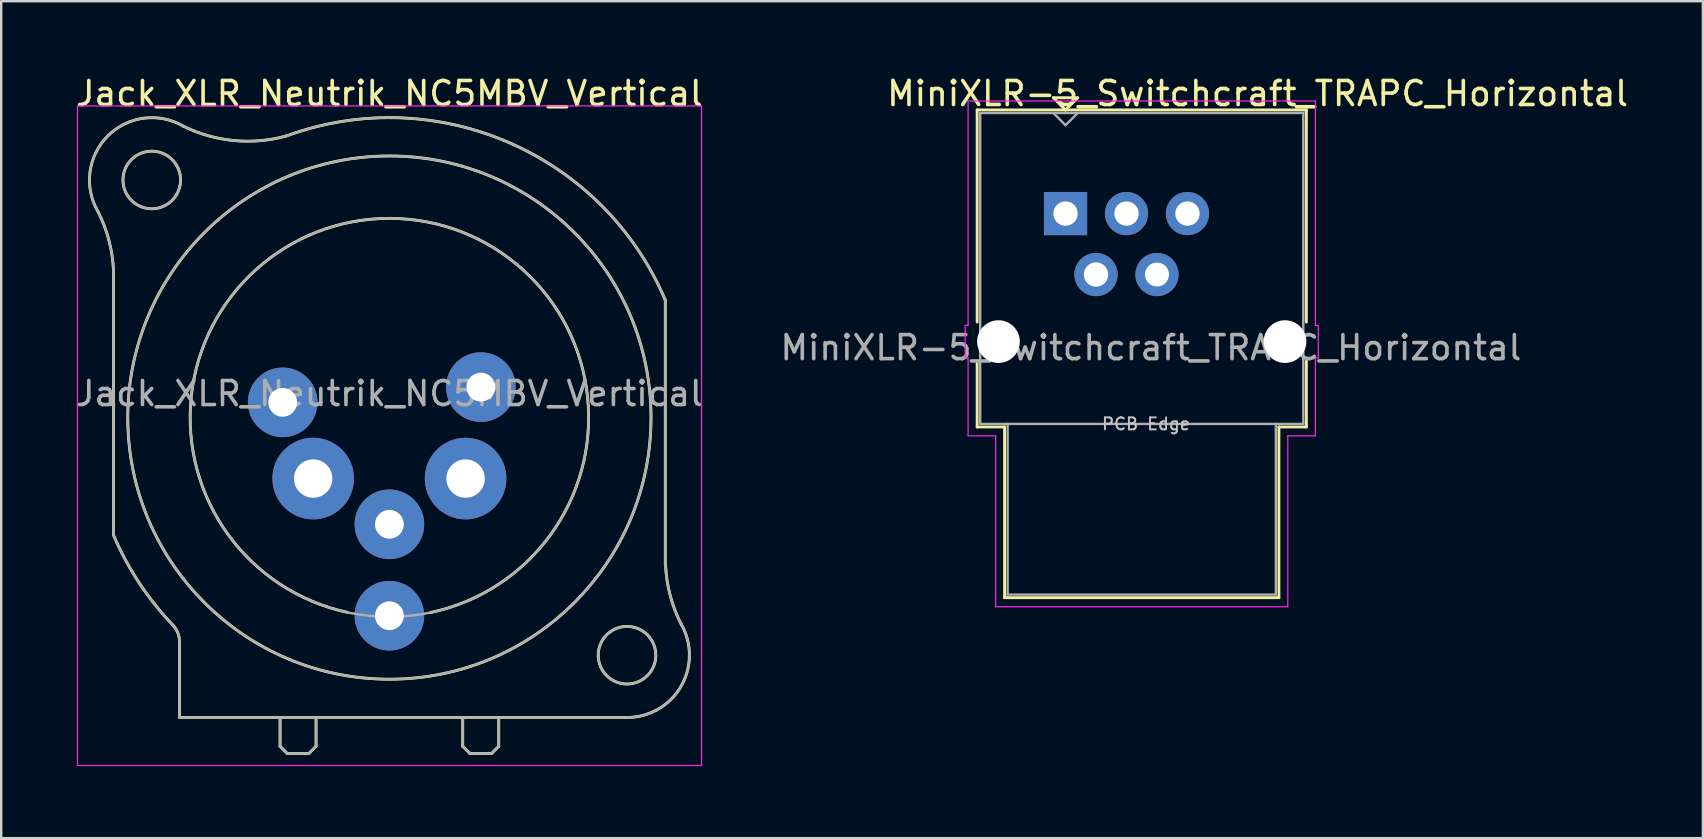
<source format=kicad_pcb>
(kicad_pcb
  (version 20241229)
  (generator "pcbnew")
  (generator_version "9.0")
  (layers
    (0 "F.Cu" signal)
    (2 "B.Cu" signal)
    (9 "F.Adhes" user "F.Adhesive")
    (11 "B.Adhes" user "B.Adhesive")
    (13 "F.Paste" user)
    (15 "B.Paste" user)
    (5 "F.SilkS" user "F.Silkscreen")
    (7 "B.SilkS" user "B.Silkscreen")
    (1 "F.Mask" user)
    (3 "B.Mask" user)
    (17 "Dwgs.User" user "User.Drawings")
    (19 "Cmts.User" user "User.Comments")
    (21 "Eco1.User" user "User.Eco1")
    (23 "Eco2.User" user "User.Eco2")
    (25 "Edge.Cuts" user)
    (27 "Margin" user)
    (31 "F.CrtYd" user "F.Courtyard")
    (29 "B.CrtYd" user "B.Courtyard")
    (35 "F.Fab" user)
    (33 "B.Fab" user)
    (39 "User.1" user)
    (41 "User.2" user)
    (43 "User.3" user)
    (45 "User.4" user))
  (footprint "MiniXLR-5_Switchcraft_TRAPC_Horizontal"
    (layer "F.Cu")
    (at 41.343 5.848)
    (property "Reference" "MiniXLR-5_Switchcraft_TRAPC_Horizontal" (at 8 -5 180) (layer "F.SilkS") (effects (font (size 1 1) (thickness 0.15))))
    (attr through_hole)
    (fp_line (start -3.683 4.52) (end -3.683 -4.318) (stroke (width 0.12) (type solid)) (layer "F.SilkS"))
    (fp_line (start -3.683 8.89) (end -3.683 6.15) (stroke (width 0.12) (type solid)) (layer "F.SilkS"))
    (fp_line (start -2.54 8.89) (end -3.683 8.89) (stroke (width 0.12) (type solid)) (layer "F.SilkS"))
    (fp_line (start -2.54 16.002) (end -2.54 8.89) (stroke (width 0.12) (type solid)) (layer "F.SilkS"))
    (fp_line (start -0.508 -4.826) (end 0.508 -4.826) (stroke (width 0.12) (type solid)) (layer "F.SilkS"))
    (fp_line (start 0 -4.318) (end -0.508 -4.826) (stroke (width 0.12) (type solid)) (layer "F.SilkS"))
    (fp_line (start 0.508 -4.826) (end 0 -4.318) (stroke (width 0.12) (type solid)) (layer "F.SilkS"))
    (fp_line (start 8.89 8.89) (end 8.89 16.002) (stroke (width 0.12) (type solid)) (layer "F.SilkS"))
    (fp_line (start 8.89 16.002) (end -2.54 16.002) (stroke (width 0.12) (type solid)) (layer "F.SilkS"))
    (fp_line (start 10.033 -4.318) (end -3.683 -4.318) (stroke (width 0.12) (type solid)) (layer "F.SilkS"))
    (fp_line (start 10.033 4.52) (end 10.033 -4.318) (stroke (width 0.12) (type solid)) (layer "F.SilkS"))
    (fp_line (start 10.033 8.89) (end 8.89 8.89) (stroke (width 0.12) (type solid)) (layer "F.SilkS"))
    (fp_line (start 10.033 8.89) (end 10.033 6.15) (stroke (width 0.12) (type solid)) (layer "F.SilkS"))
    (fp_line (start -4.18 4.66) (end -4.18 6.01) (stroke (width 0.05) (type solid)) (layer "F.CrtYd"))
    (fp_line (start -4.18 6.01) (end -4.06 6.01) (stroke (width 0.05) (type solid)) (layer "F.CrtYd"))
    (fp_line (start -4.06 -4.69) (end -4.06 4.66) (stroke (width 0.05) (type solid)) (layer "F.CrtYd"))
    (fp_line (start -4.06 -4.69) (end 10.41 -4.69) (stroke (width 0.05) (type solid)) (layer "F.CrtYd"))
    (fp_line (start -4.06 4.66) (end -4.18 4.66) (stroke (width 0.05) (type solid)) (layer "F.CrtYd"))
    (fp_line (start -4.06 6.01) (end -4.06 9.26) (stroke (width 0.05) (type solid)) (layer "F.CrtYd"))
    (fp_line (start -2.91 9.26) (end -4.06 9.26) (stroke (width 0.05) (type solid)) (layer "F.CrtYd"))
    (fp_line (start -2.91 16.38) (end -2.91 9.26) (stroke (width 0.05) (type solid)) (layer "F.CrtYd"))
    (fp_line (start 9.26 16.38) (end -2.91 16.38) (stroke (width 0.05) (type solid)) (layer "F.CrtYd"))
    (fp_line (start 9.26 16.38) (end 9.26 9.26) (stroke (width 0.05) (type solid)) (layer "F.CrtYd"))
    (fp_line (start 10.41 4.66) (end 10.41 -4.69) (stroke (width 0.05) (type solid)) (layer "F.CrtYd"))
    (fp_line (start 10.41 6.01) (end 10.53 6.01) (stroke (width 0.05) (type solid)) (layer "F.CrtYd"))
    (fp_line (start 10.41 9.26) (end 9.26 9.26) (stroke (width 0.05) (type solid)) (layer "F.CrtYd"))
    (fp_line (start 10.41 9.26) (end 10.41 6.01) (stroke (width 0.05) (type solid)) (layer "F.CrtYd"))
    (fp_line (start 10.53 4.66) (end 10.41 4.66) (stroke (width 0.05) (type solid)) (layer "F.CrtYd"))
    (fp_line (start 10.53 6.01) (end 10.53 4.66) (stroke (width 0.05) (type solid)) (layer "F.CrtYd"))
    (fp_line (start -3.556 -4.191) (end 9.906 -4.191) (stroke (width 0.1) (type solid)) (layer "F.Fab"))
    (fp_line (start -3.556 8.763) (end -3.556 -4.191) (stroke (width 0.1) (type solid)) (layer "F.Fab"))
    (fp_line (start -3.556 8.763) (end 9.906 8.763) (stroke (width 0.1) (type solid)) (layer "F.Fab"))
    (fp_line (start -2.413 8.763) (end -2.413 15.875) (stroke (width 0.1) (type solid)) (layer "F.Fab"))
    (fp_line (start -2.413 15.875) (end 8.763 15.875) (stroke (width 0.1) (type solid)) (layer "F.Fab"))
    (fp_line (start -0.508 -4.191) (end 0 -3.683) (stroke (width 0.1) (type solid)) (layer "F.Fab"))
    (fp_line (start 0 -3.683) (end 0.508 -4.191) (stroke (width 0.1) (type solid)) (layer "F.Fab"))
    (fp_line (start 8.763 15.875) (end 8.763 8.763) (stroke (width 0.1) (type solid)) (layer "F.Fab"))
    (fp_line (start 9.906 8.763) (end 9.906 -4.191) (stroke (width 0.1) (type solid)) (layer "F.Fab"))
    (fp_text user "PCB Edge" (at 3.355 8.763 180) (layer "Dwgs.User") (effects (font (size 0.5 0.5) (thickness 0.08))))
    (fp_text user "${REFERENCE}" (at 3.556 5.588 180) (layer "F.Fab") (effects (font (size 1 1) (thickness 0.15))))
    (pad "" np_thru_hole circle (at -2.794 5.334 180) (size 1.778 1.778) (drill 1.778) (layers "*.Cu" "*.Mask"))
    (pad "" np_thru_hole circle (at 9.144 5.334 180) (size 1.778 1.778) (drill 1.778) (layers "*.Cu" "*.Mask"))
    (pad "1" thru_hole rect (at 0 0 180) (size 1.8 1.8) (drill 1.016) (layers "*.Cu" "*.Mask"))
    (pad "2" thru_hole circle (at 1.27 2.54 180) (size 1.8 1.8) (drill 1.016) (layers "*.Cu" "*.Mask"))
    (pad "3" thru_hole circle (at 3.81 2.54 180) (size 1.8 1.8) (drill 1) (layers "*.Cu" "*.Mask"))
    (pad "4" thru_hole circle (at 5.08 0 180) (size 1.8 1.8) (drill 1.016) (layers "*.Cu" "*.Mask"))
    (pad "5" thru_hole circle (at 2.54 0 180) (size 1.8 1.8) (drill 1.016) (layers "*.Cu" "*.Mask")))
  (footprint "Jack_XLR_Neutrik_NC5MBV_Vertical"
    (layer "F.Cu")
    (at 8.728 13.713)
    (property "Reference" "Jack_XLR_Neutrik_NC5MBV_Vertical" (at 4.445 -12.865 0) (layer "F.SilkS") (effects (font (size 1 1) (thickness 0.15))))
    (attr through_hole)
    (fp_line (start -7.05 -5.5) (end -7.05 5.53) (stroke (width 0.12) (type solid)) (layer "F.SilkS"))
    (fp_line (start -4.3 9.97) (end -4.3 13.13) (stroke (width 0.12) (type solid)) (layer "F.SilkS"))
    (fp_line (start -0.11 13.13) (end -0.11 14.33) (stroke (width 0.12) (type solid)) (layer "F.SilkS"))
    (fp_line (start -0.11 14.33) (end 0.19 14.63) (stroke (width 0.12) (type solid)) (layer "F.SilkS"))
    (fp_line (start 0.19 14.63) (end 1.09 14.63) (stroke (width 0.12) (type solid)) (layer "F.SilkS"))
    (fp_line (start 1.39 13.13) (end 1.39 14.33) (stroke (width 0.12) (type solid)) (layer "F.SilkS"))
    (fp_line (start 1.39 14.33) (end 1.09 14.63) (stroke (width 0.12) (type solid)) (layer "F.SilkS"))
    (fp_line (start 7.5 13.13) (end 7.5 14.33) (stroke (width 0.12) (type solid)) (layer "F.SilkS"))
    (fp_line (start 7.5 14.33) (end 7.8 14.63) (stroke (width 0.12) (type solid)) (layer "F.SilkS"))
    (fp_line (start 8.7 14.63) (end 7.8 14.63) (stroke (width 0.12) (type solid)) (layer "F.SilkS"))
    (fp_line (start 9 13.13) (end 9 14.33) (stroke (width 0.12) (type solid)) (layer "F.SilkS"))
    (fp_line (start 9 14.33) (end 8.7 14.63) (stroke (width 0.12) (type solid)) (layer "F.SilkS"))
    (fp_line (start 14.34 13.13) (end -4.3 13.13) (stroke (width 0.12) (type solid)) (layer "F.SilkS"))
    (fp_line (start 15.94 6.77) (end 15.94 -4.26) (stroke (width 0.12) (type solid)) (layer "F.SilkS"))
    (fp_arc (start -7.706072 -7.969016) (mid -7.245016 -6.769854) (end -7.05 -5.5) (stroke (width 0.12) (type solid)) (layer "F.SilkS"))
    (fp_arc (start -7.701898 -7.960402) (mid -7.280108 -11.106809) (end -4.13 -11.5) (stroke (width 0.12) (type solid)) (layer "F.SilkS"))
    (fp_arc (start -4.57767 9.277192) (mid -5.983521 7.515552) (end -7.05 5.53) (stroke (width 0.12) (type solid)) (layer "F.SilkS"))
    (fp_arc (start -4.577033 9.279118) (mid -4.371839 9.597822) (end -4.3 9.97) (stroke (width 0.12) (type solid)) (layer "F.SilkS"))
    (fp_arc (start 0.155138 -11.099295) (mid -2.024203 -10.906412) (end -4.13 -11.5) (stroke (width 0.12) (type solid)) (layer "F.SilkS"))
    (fp_arc (start 0.15831 -11.100431) (mid 9.413683 -10.828344) (end 15.94 -4.26) (stroke (width 0.12) (type solid)) (layer "F.SilkS"))
    (fp_arc (start 2.7 8.75) (mid 4.457421 -7.665488) (end 6.165706 8.755186) (stroke (width 0.12) (type solid)) (layer "F.SilkS"))
    (fp_arc (start 15.548589 12.832023) (mid 14.96239 13.054406) (end 14.34 13.13) (stroke (width 0.12) (type solid)) (layer "F.SilkS"))
    (fp_arc (start 16.602795 9.242305) (mid 16.840071 11.256668) (end 15.56 12.83) (stroke (width 0.12) (type solid)) (layer "F.SilkS"))
    (fp_arc (start 16.607596 9.253415) (mid 16.144453 8.047281) (end 15.95 6.77) (stroke (width 0.12) (type solid)) (layer "F.SilkS"))
    (fp_circle (center -5.455 -9.265) (end -4.255 -9.265) (stroke (width 0.12) (type solid)) (fill no) (layer "F.SilkS"))
    (fp_circle (center 4.445 0.635) (end 15.345 0.635) (stroke (width 0.12) (type solid)) (fill no) (layer "F.SilkS"))
    (fp_circle (center 14.345 10.535) (end 15.545 10.535) (stroke (width 0.12) (type solid)) (fill no) (layer "F.SilkS"))
    (fp_line (start -8.55 -12.35) (end 17.45 -12.35) (stroke (width 0.05) (type solid)) (layer "F.CrtYd"))
    (fp_line (start -8.55 15.13) (end -8.55 -12.35) (stroke (width 0.05) (type solid)) (layer "F.CrtYd"))
    (fp_line (start 17.45 -12.35) (end 17.45 15.13) (stroke (width 0.05) (type solid)) (layer "F.CrtYd"))
    (fp_line (start 17.45 15.13) (end -8.55 15.13) (stroke (width 0.05) (type solid)) (layer "F.CrtYd"))
    (fp_line (start -7.05 -5.5) (end -7.05 5.53) (stroke (width 0.1) (type solid)) (layer "F.Fab"))
    (fp_line (start -4.3 9.97) (end -4.3 13.13) (stroke (width 0.1) (type solid)) (layer "F.Fab"))
    (fp_line (start -0.11 13.13) (end -0.11 14.33) (stroke (width 0.1) (type solid)) (layer "F.Fab"))
    (fp_line (start -0.11 14.33) (end 0.19 14.63) (stroke (width 0.1) (type solid)) (layer "F.Fab"))
    (fp_line (start 0.19 14.63) (end 1.09 14.63) (stroke (width 0.1) (type solid)) (layer "F.Fab"))
    (fp_line (start 1.39 13.13) (end 1.39 14.33) (stroke (width 0.1) (type solid)) (layer "F.Fab"))
    (fp_line (start 1.39 14.33) (end 1.09 14.63) (stroke (width 0.1) (type solid)) (layer "F.Fab"))
    (fp_line (start 7.5 13.13) (end 7.5 14.33) (stroke (width 0.1) (type solid)) (layer "F.Fab"))
    (fp_line (start 7.5 14.33) (end 7.8 14.63) (stroke (width 0.1) (type solid)) (layer "F.Fab"))
    (fp_line (start 8.7 14.63) (end 7.8 14.63) (stroke (width 0.1) (type solid)) (layer "F.Fab"))
    (fp_line (start 9 13.13) (end 9 14.33) (stroke (width 0.1) (type solid)) (layer "F.Fab"))
    (fp_line (start 9 14.33) (end 8.7 14.63) (stroke (width 0.1) (type solid)) (layer "F.Fab"))
    (fp_line (start 14.34 13.13) (end -4.3 13.13) (stroke (width 0.1) (type solid)) (layer "F.Fab"))
    (fp_line (start 15.94 6.77) (end 15.94 -4.26) (stroke (width 0.1) (type solid)) (layer "F.Fab"))
    (fp_arc (start -7.706072 -7.969016) (mid -7.245016 -6.769854) (end -7.05 -5.5) (stroke (width 0.1) (type solid)) (layer "F.Fab"))
    (fp_arc (start -7.701898 -7.960402) (mid -7.280108 -11.106809) (end -4.13 -11.5) (stroke (width 0.1) (type solid)) (layer "F.Fab"))
    (fp_arc (start -4.57767 9.277192) (mid -5.983521 7.515552) (end -7.05 5.53) (stroke (width 0.1) (type solid)) (layer "F.Fab"))
    (fp_arc (start -4.577033 9.279118) (mid -4.371839 9.597822) (end -4.3 9.97) (stroke (width 0.1) (type solid)) (layer "F.Fab"))
    (fp_arc (start 0.155138 -11.099295) (mid -2.024203 -10.906412) (end -4.13 -11.5) (stroke (width 0.1) (type solid)) (layer "F.Fab"))
    (fp_arc (start 0.15831 -11.100431) (mid 9.413683 -10.828344) (end 15.94 -4.26) (stroke (width 0.1) (type solid)) (layer "F.Fab"))
    (fp_arc (start 16.564991 9.168414) (mid 16.616945 11.80321) (end 14.34 13.13) (stroke (width 0.1) (type solid)) (layer "F.Fab"))
    (fp_arc (start 16.574479 9.187942) (mid 16.135172 8.011789) (end 15.95 6.77) (stroke (width 0.1) (type solid)) (layer "F.Fab"))
    (fp_circle (center -5.455 -9.265) (end -4.255 -9.265) (stroke (width 0.1) (type solid)) (fill no) (layer "F.Fab"))
    (fp_circle (center 4.445 0.635) (end 12.745 0.635) (stroke (width 0.1) (type solid)) (fill no) (layer "F.Fab"))
    (fp_circle (center 4.445 0.635) (end 15.345 0.635) (stroke (width 0.1) (type solid)) (fill no) (layer "F.Fab"))
    (fp_circle (center 14.345 10.535) (end 15.545 10.535) (stroke (width 0.1) (type solid)) (fill no) (layer "F.Fab"))
    (fp_text user "${REFERENCE}" (at 4.445 -0.365 0) (layer "F.Fab") (effects (font (size 1 1) (thickness 0.15))))
    (pad "1" thru_hole circle (at 0 0) (size 2.9 2.9) (drill 1.2) (layers "*.Cu" "*.Mask"))
    (pad "2" thru_hole circle (at 1.27 3.175) (size 3.4 3.4) (drill 1.6) (layers "*.Cu" "*.Mask"))
    (pad "3" thru_hole circle (at 4.445 5.08) (size 2.9 2.9) (drill 1.2) (layers "*.Cu" "*.Mask"))
    (pad "4" thru_hole circle (at 7.62 3.175) (size 3.4 3.4) (drill 1.6) (layers "*.Cu" "*.Mask"))
    (pad "5" thru_hole circle (at 8.255 -0.635) (size 2.9 2.9) (drill 1.2) (layers "*.Cu" "*.Mask"))
    (pad "G" thru_hole circle (at 4.445 8.89) (size 2.9 2.9) (drill 1.2) (layers "*.Cu" "*.Mask")))
  (gr_rect
    (start -3 -3)
    (end 67.896 31.868)
    (stroke (width 0.1) (type default))
    (fill no)
    (layer "Edge.Cuts")))
</source>
